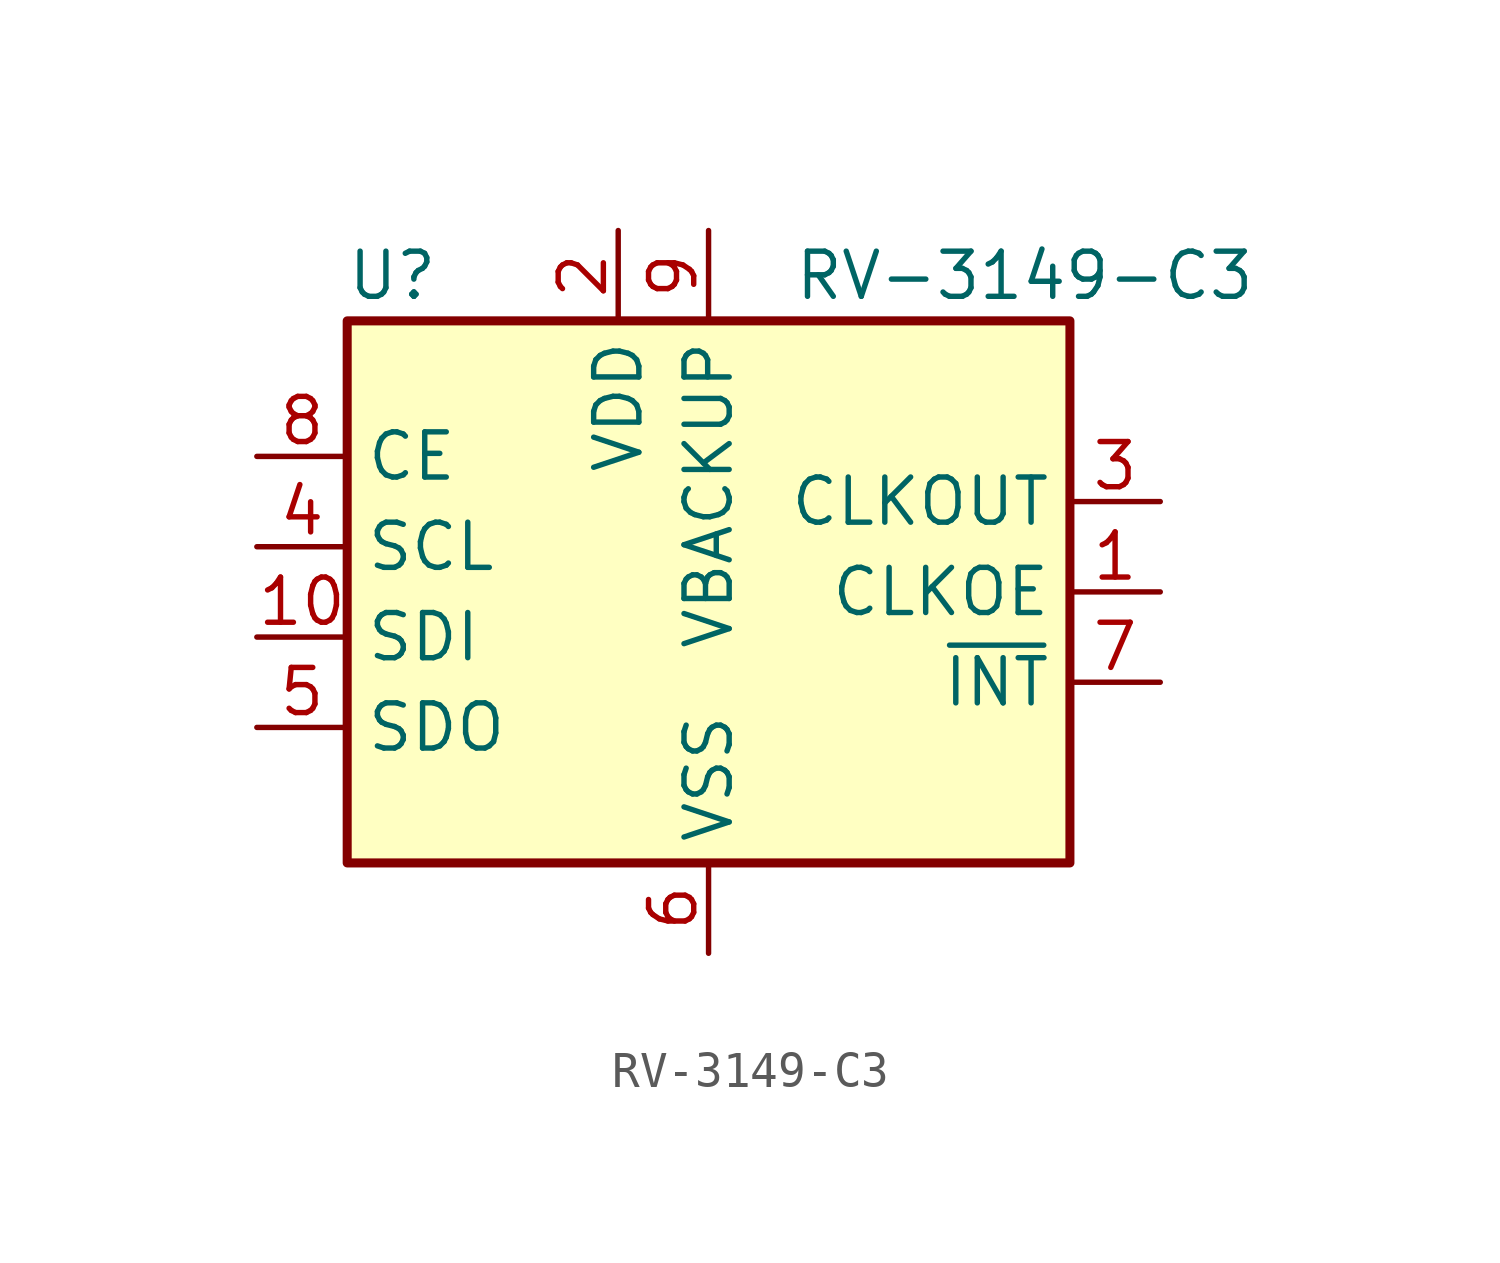
<source format=kicad_sym>
(kicad_symbol_lib
  (version 20210619)
  (generator kicad_symbol_editor)
  (symbol "RV-3149-C3"
    (property "Reference" "U"
      (at -8.89 8.89 0)
      (effects (font (size 1.27 1.27))))
    (property "Value" "RV-3149-C3"
      (at 8.89 8.89 0)
      (effects (font (size 1.27 1.27))))
    (symbol "RV-3149-C3_1_1"
      (rectangle (start 10.16 7.62) (end -10.16 -7.62) (stroke (width 0.254)) (fill (type background)))
      (pin input line (at 12.7 0 180) (length 2.54) (name "CLKOE" (effects (font (size 1.27 1.27)))) (number "1" (effects (font (size 1.27 1.27)))))
      (pin input line (at -12.7 -1.27 0) (length 2.54) (name "SDI" (effects (font (size 1.27 1.27)))) (number "10" (effects (font (size 1.27 1.27)))))
      (pin input line (at -2.54 10.16 270) (length 2.54) (name "VDD" (effects (font (size 1.27 1.27)))) (number "2" (effects (font (size 1.27 1.27)))))
      (pin input line (at 12.7 2.54 180) (length 2.54) (name "CLKOUT" (effects (font (size 1.27 1.27)))) (number "3" (effects (font (size 1.27 1.27)))))
      (pin input line (at -12.7 1.27 0) (length 2.54) (name "SCL" (effects (font (size 1.27 1.27)))) (number "4" (effects (font (size 1.27 1.27)))))
      (pin output line (at -12.7 -3.81 0) (length 2.54) (name "SDO" (effects (font (size 1.27 1.27)))) (number "5" (effects (font (size 1.27 1.27)))))
      (pin power_in line (at 0 -10.16 90) (length 2.54) (name "VSS" (effects (font (size 1.27 1.27)))) (number "6" (effects (font (size 1.27 1.27)))))
      (pin open_collector line (at 12.7 -2.54 180) (length 2.54) (name "~{INT}" (effects (font (size 1.27 1.27)))) (number "7" (effects (font (size 1.27 1.27)))))
      (pin input line (at -12.7 3.81 0) (length 2.54) (name "CE" (effects (font (size 1.27 1.27)))) (number "8" (effects (font (size 1.27 1.27)))))
      (pin power_in line (at 0 10.16 270) (length 2.54) (name "VBACKUP" (effects (font (size 1.27 1.27)))) (number "9" (effects (font (size 1.27 1.27))))))))
</source>
